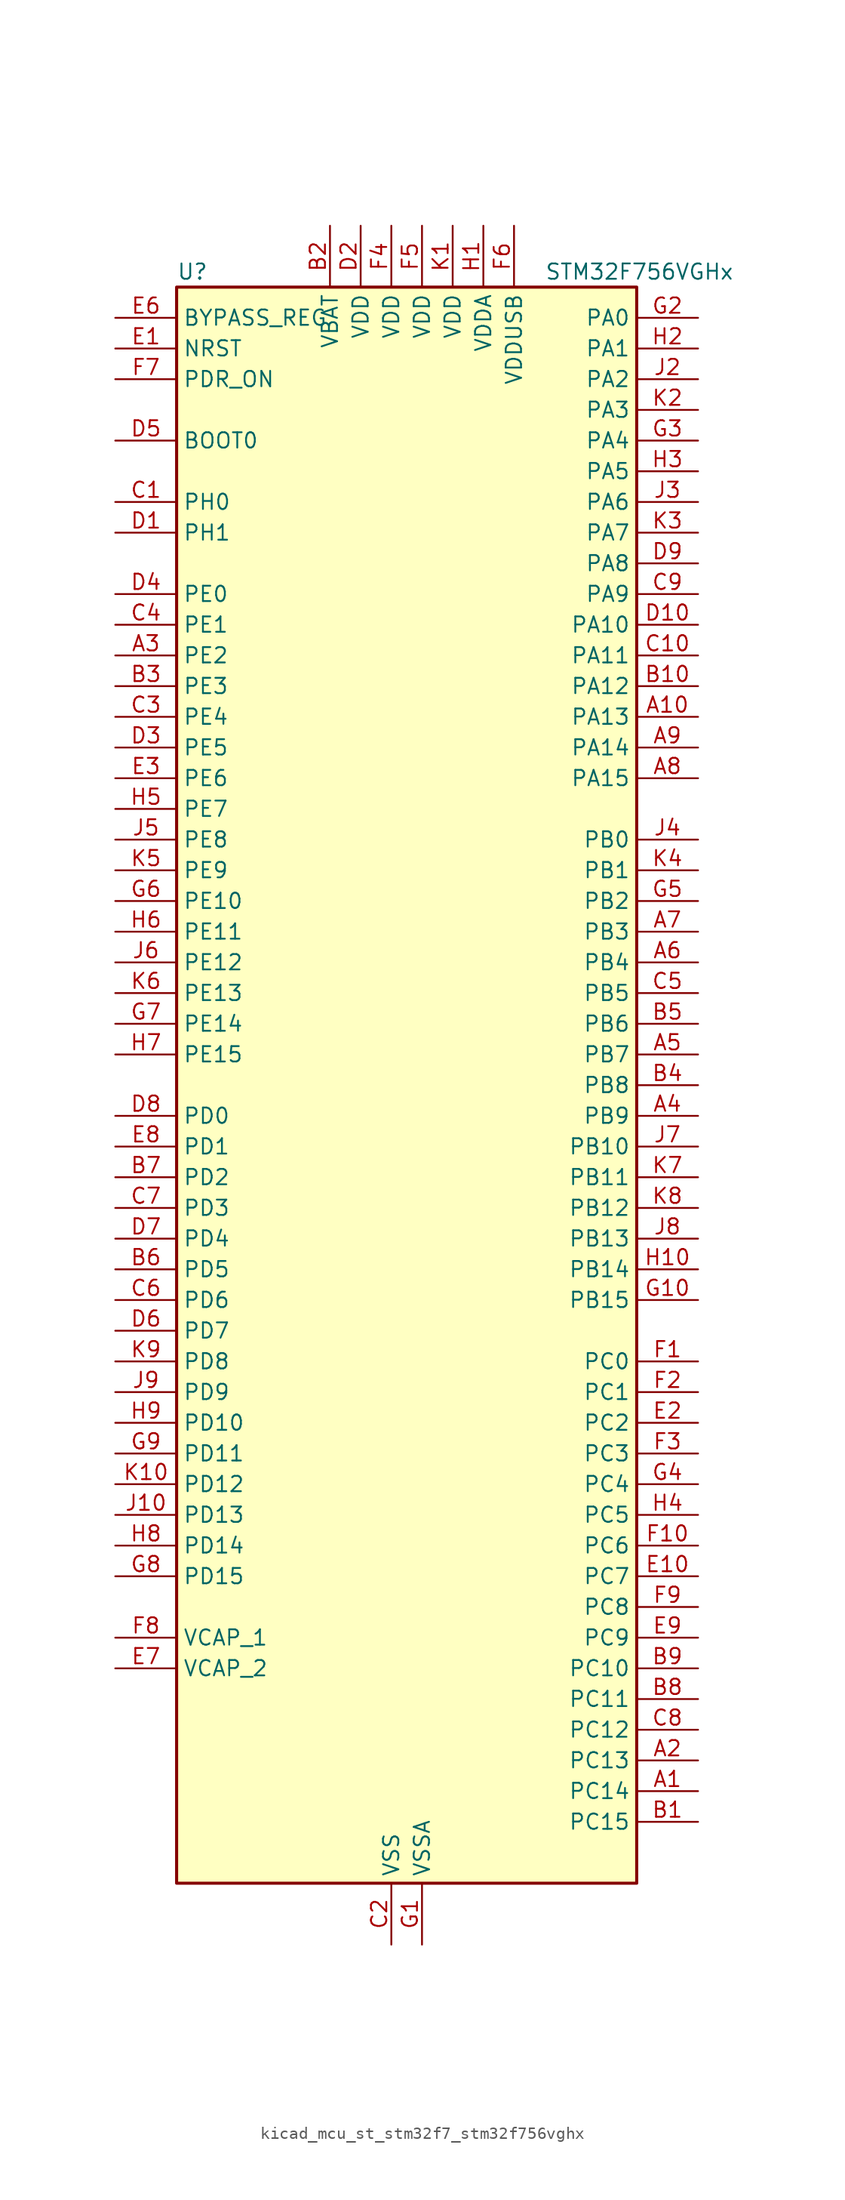
<source format=kicad_sym>
(kicad_symbol_lib
  (version 20220914)
  (generator kicad_symbol_editor)
  (symbol "kicad_mcu_st_stm32f7_stm32f756vghx"
    (property "Reference" "U"
      (at -17.78 67.31 0)
      (effects (font (size 1.27 1.27)) (justify left)))
    (property "Value" "STM32F756VGHx"
      (at 12.7 67.31 0)
      (effects (font (size 1.27 1.27)) (justify left)))
    (property "ki_locked" ""
      (at 0 0 0)
      (effects (font (size 1.27 1.27))))
    (symbol "kicad_mcu_st_stm32f7_stm32f756vghx_0_1"
      (rectangle (start -17.78 -66.04) (end 20.32 66.04) (stroke (width 0.254) (type default)) (fill (type background))))
    (symbol "kicad_mcu_st_stm32f7_stm32f756vghx_1_1"
      (pin bidirectional line (at 25.4 -58.42 180) (length 5.08) (name "PC14" (effects (font (size 1.27 1.27)))) (number "A1" (effects (font (size 1.27 1.27)))) (alternate "RCC_OSC32_IN" bidirectional line))
      (pin bidirectional line (at 25.4 30.48 180) (length 5.08) (name "PA13" (effects (font (size 1.27 1.27)))) (number "A10" (effects (font (size 1.27 1.27)))) (alternate "SYS_JTMS-SWDIO" bidirectional line))
      (pin bidirectional line (at 25.4 -55.88 180) (length 5.08) (name "PC13" (effects (font (size 1.27 1.27)))) (number "A2" (effects (font (size 1.27 1.27)))) (alternate "RTC_OUT" bidirectional line) (alternate "RTC_TAMP1" bidirectional line) (alternate "RTC_TS" bidirectional line) (alternate "SYS_WKUP4" bidirectional line))
      (pin bidirectional line (at -22.86 35.56 0) (length 5.08) (name "PE2" (effects (font (size 1.27 1.27)))) (number "A3" (effects (font (size 1.27 1.27)))) (alternate "ETH_TXD3" bidirectional line) (alternate "FMC_A23" bidirectional line) (alternate "QUADSPI_BK1_IO2" bidirectional line) (alternate "SAI1_MCLK_A" bidirectional line) (alternate "SPI4_SCK" bidirectional line) (alternate "SYS_TRACECLK" bidirectional line))
      (pin bidirectional line (at 25.4 -2.54 180) (length 5.08) (name "PB9" (effects (font (size 1.27 1.27)))) (number "A4" (effects (font (size 1.27 1.27)))) (alternate "CAN1_TX" bidirectional line) (alternate "DAC_EXTI9" bidirectional line) (alternate "DCMI_D7" bidirectional line) (alternate "I2C1_SDA" bidirectional line) (alternate "I2S2_WS" bidirectional line) (alternate "LTDC_B7" bidirectional line) (alternate "SDMMC1_D5" bidirectional line) (alternate "SPI2_NSS" bidirectional line) (alternate "TIM11_CH1" bidirectional line) (alternate "TIM4_CH4" bidirectional line))
      (pin bidirectional line (at 25.4 2.54 180) (length 5.08) (name "PB7" (effects (font (size 1.27 1.27)))) (number "A5" (effects (font (size 1.27 1.27)))) (alternate "DCMI_VSYNC" bidirectional line) (alternate "FMC_NL" bidirectional line) (alternate "I2C1_SDA" bidirectional line) (alternate "TIM4_CH2" bidirectional line) (alternate "USART1_RX" bidirectional line))
      (pin bidirectional line (at 25.4 10.16 180) (length 5.08) (name "PB4" (effects (font (size 1.27 1.27)))) (number "A6" (effects (font (size 1.27 1.27)))) (alternate "I2S2_WS" bidirectional line) (alternate "SPI1_MISO" bidirectional line) (alternate "SPI2_NSS" bidirectional line) (alternate "SPI3_MISO" bidirectional line) (alternate "SYS_JTRST" bidirectional line) (alternate "TIM3_CH1" bidirectional line))
      (pin bidirectional line (at 25.4 12.7 180) (length 5.08) (name "PB3" (effects (font (size 1.27 1.27)))) (number "A7" (effects (font (size 1.27 1.27)))) (alternate "I2S1_CK" bidirectional line) (alternate "I2S3_CK" bidirectional line) (alternate "SPI1_SCK" bidirectional line) (alternate "SPI3_SCK" bidirectional line) (alternate "SYS_JTDO-SWO" bidirectional line) (alternate "TIM2_CH2" bidirectional line))
      (pin bidirectional line (at 25.4 25.4 180) (length 5.08) (name "PA15" (effects (font (size 1.27 1.27)))) (number "A8" (effects (font (size 1.27 1.27)))) (alternate "CEC" bidirectional line) (alternate "I2S1_WS" bidirectional line) (alternate "I2S3_WS" bidirectional line) (alternate "SPI1_NSS" bidirectional line) (alternate "SPI3_NSS" bidirectional line) (alternate "SYS_JTDI" bidirectional line) (alternate "TIM2_CH1" bidirectional line) (alternate "TIM2_ETR" bidirectional line) (alternate "UART4_DE" bidirectional line) (alternate "UART4_RTS" bidirectional line))
      (pin bidirectional line (at 25.4 27.94 180) (length 5.08) (name "PA14" (effects (font (size 1.27 1.27)))) (number "A9" (effects (font (size 1.27 1.27)))) (alternate "SYS_JTCK-SWCLK" bidirectional line))
      (pin bidirectional line (at 25.4 -60.96 180) (length 5.08) (name "PC15" (effects (font (size 1.27 1.27)))) (number "B1" (effects (font (size 1.27 1.27)))) (alternate "RCC_OSC32_OUT" bidirectional line))
      (pin bidirectional line (at 25.4 33.02 180) (length 5.08) (name "PA12" (effects (font (size 1.27 1.27)))) (number "B10" (effects (font (size 1.27 1.27)))) (alternate "CAN1_TX" bidirectional line) (alternate "LTDC_R5" bidirectional line) (alternate "SAI2_FS_B" bidirectional line) (alternate "TIM1_ETR" bidirectional line) (alternate "USART1_DE" bidirectional line) (alternate "USART1_RTS" bidirectional line) (alternate "USB_OTG_FS_DP" bidirectional line))
      (pin power_in line (at -5.08 71.12 270) (length 5.08) (name "VBAT" (effects (font (size 1.27 1.27)))) (number "B2" (effects (font (size 1.27 1.27)))))
      (pin bidirectional line (at -22.86 33.02 0) (length 5.08) (name "PE3" (effects (font (size 1.27 1.27)))) (number "B3" (effects (font (size 1.27 1.27)))) (alternate "FMC_A19" bidirectional line) (alternate "SAI1_SD_B" bidirectional line) (alternate "SYS_TRACED0" bidirectional line))
      (pin bidirectional line (at 25.4 0 180) (length 5.08) (name "PB8" (effects (font (size 1.27 1.27)))) (number "B4" (effects (font (size 1.27 1.27)))) (alternate "CAN1_RX" bidirectional line) (alternate "DCMI_D6" bidirectional line) (alternate "ETH_TXD3" bidirectional line) (alternate "I2C1_SCL" bidirectional line) (alternate "LTDC_B6" bidirectional line) (alternate "SDMMC1_D4" bidirectional line) (alternate "TIM10_CH1" bidirectional line) (alternate "TIM4_CH3" bidirectional line))
      (pin bidirectional line (at 25.4 5.08 180) (length 5.08) (name "PB6" (effects (font (size 1.27 1.27)))) (number "B5" (effects (font (size 1.27 1.27)))) (alternate "CAN2_TX" bidirectional line) (alternate "CEC" bidirectional line) (alternate "DCMI_D5" bidirectional line) (alternate "FMC_SDNE1" bidirectional line) (alternate "I2C1_SCL" bidirectional line) (alternate "QUADSPI_BK1_NCS" bidirectional line) (alternate "TIM4_CH1" bidirectional line) (alternate "USART1_TX" bidirectional line))
      (pin bidirectional line (at -22.86 -15.24 0) (length 5.08) (name "PD5" (effects (font (size 1.27 1.27)))) (number "B6" (effects (font (size 1.27 1.27)))) (alternate "FMC_NWE" bidirectional line) (alternate "USART2_TX" bidirectional line))
      (pin bidirectional line (at -22.86 -7.62 0) (length 5.08) (name "PD2" (effects (font (size 1.27 1.27)))) (number "B7" (effects (font (size 1.27 1.27)))) (alternate "DCMI_D11" bidirectional line) (alternate "SDMMC1_CMD" bidirectional line) (alternate "SYS_TRACED2" bidirectional line) (alternate "TIM3_ETR" bidirectional line) (alternate "UART5_RX" bidirectional line))
      (pin bidirectional line (at 25.4 -50.8 180) (length 5.08) (name "PC11" (effects (font (size 1.27 1.27)))) (number "B8" (effects (font (size 1.27 1.27)))) (alternate "ADC1_EXTI11" bidirectional line) (alternate "ADC2_EXTI11" bidirectional line) (alternate "ADC3_EXTI11" bidirectional line) (alternate "DCMI_D4" bidirectional line) (alternate "QUADSPI_BK2_NCS" bidirectional line) (alternate "SDMMC1_D3" bidirectional line) (alternate "SPI3_MISO" bidirectional line) (alternate "UART4_RX" bidirectional line) (alternate "USART3_RX" bidirectional line))
      (pin bidirectional line (at 25.4 -48.26 180) (length 5.08) (name "PC10" (effects (font (size 1.27 1.27)))) (number "B9" (effects (font (size 1.27 1.27)))) (alternate "DCMI_D8" bidirectional line) (alternate "I2S3_CK" bidirectional line) (alternate "LTDC_R2" bidirectional line) (alternate "QUADSPI_BK1_IO1" bidirectional line) (alternate "SDMMC1_D2" bidirectional line) (alternate "SPI3_SCK" bidirectional line) (alternate "UART4_TX" bidirectional line) (alternate "USART3_TX" bidirectional line))
      (pin bidirectional line (at -22.86 48.26 0) (length 5.08) (name "PH0" (effects (font (size 1.27 1.27)))) (number "C1" (effects (font (size 1.27 1.27)))) (alternate "RCC_OSC_IN" bidirectional line))
      (pin bidirectional line (at 25.4 35.56 180) (length 5.08) (name "PA11" (effects (font (size 1.27 1.27)))) (number "C10" (effects (font (size 1.27 1.27)))) (alternate "ADC1_EXTI11" bidirectional line) (alternate "ADC2_EXTI11" bidirectional line) (alternate "ADC3_EXTI11" bidirectional line) (alternate "CAN1_RX" bidirectional line) (alternate "LTDC_R4" bidirectional line) (alternate "TIM1_CH4" bidirectional line) (alternate "USART1_CTS" bidirectional line) (alternate "USB_OTG_FS_DM" bidirectional line))
      (pin power_in line (at 0 -71.12 90) (length 5.08) (name "VSS" (effects (font (size 1.27 1.27)))) (number "C2" (effects (font (size 1.27 1.27)))))
      (pin bidirectional line (at -22.86 30.48 0) (length 5.08) (name "PE4" (effects (font (size 1.27 1.27)))) (number "C3" (effects (font (size 1.27 1.27)))) (alternate "DCMI_D4" bidirectional line) (alternate "FMC_A20" bidirectional line) (alternate "LTDC_B0" bidirectional line) (alternate "SAI1_FS_A" bidirectional line) (alternate "SPI4_NSS" bidirectional line) (alternate "SYS_TRACED1" bidirectional line))
      (pin bidirectional line (at -22.86 38.1 0) (length 5.08) (name "PE1" (effects (font (size 1.27 1.27)))) (number "C4" (effects (font (size 1.27 1.27)))) (alternate "DCMI_D3" bidirectional line) (alternate "FMC_NBL1" bidirectional line) (alternate "LPTIM1_IN2" bidirectional line) (alternate "UART8_TX" bidirectional line))
      (pin bidirectional line (at 25.4 7.62 180) (length 5.08) (name "PB5" (effects (font (size 1.27 1.27)))) (number "C5" (effects (font (size 1.27 1.27)))) (alternate "CAN2_RX" bidirectional line) (alternate "DCMI_D10" bidirectional line) (alternate "ETH_PPS_OUT" bidirectional line) (alternate "FMC_SDCKE1" bidirectional line) (alternate "I2C1_SMBA" bidirectional line) (alternate "I2S1_SD" bidirectional line) (alternate "I2S3_SD" bidirectional line) (alternate "SPI1_MOSI" bidirectional line) (alternate "SPI3_MOSI" bidirectional line) (alternate "TIM3_CH2" bidirectional line) (alternate "USB_OTG_HS_ULPI_D7" bidirectional line))
      (pin bidirectional line (at -22.86 -17.78 0) (length 5.08) (name "PD6" (effects (font (size 1.27 1.27)))) (number "C6" (effects (font (size 1.27 1.27)))) (alternate "DCMI_D10" bidirectional line) (alternate "FMC_NWAIT" bidirectional line) (alternate "I2S3_SD" bidirectional line) (alternate "LTDC_B2" bidirectional line) (alternate "SAI1_SD_A" bidirectional line) (alternate "SPI3_MOSI" bidirectional line) (alternate "USART2_RX" bidirectional line))
      (pin bidirectional line (at -22.86 -10.16 0) (length 5.08) (name "PD3" (effects (font (size 1.27 1.27)))) (number "C7" (effects (font (size 1.27 1.27)))) (alternate "DCMI_D5" bidirectional line) (alternate "FMC_CLK" bidirectional line) (alternate "I2S2_CK" bidirectional line) (alternate "LTDC_G7" bidirectional line) (alternate "SPI2_SCK" bidirectional line) (alternate "USART2_CTS" bidirectional line))
      (pin bidirectional line (at 25.4 -53.34 180) (length 5.08) (name "PC12" (effects (font (size 1.27 1.27)))) (number "C8" (effects (font (size 1.27 1.27)))) (alternate "DCMI_D9" bidirectional line) (alternate "I2S3_SD" bidirectional line) (alternate "SDMMC1_CK" bidirectional line) (alternate "SPI3_MOSI" bidirectional line) (alternate "SYS_TRACED3" bidirectional line) (alternate "UART5_TX" bidirectional line) (alternate "USART3_CK" bidirectional line))
      (pin bidirectional line (at 25.4 40.64 180) (length 5.08) (name "PA9" (effects (font (size 1.27 1.27)))) (number "C9" (effects (font (size 1.27 1.27)))) (alternate "DAC_EXTI9" bidirectional line) (alternate "DCMI_D0" bidirectional line) (alternate "I2C3_SMBA" bidirectional line) (alternate "I2S2_CK" bidirectional line) (alternate "SPI2_SCK" bidirectional line) (alternate "TIM1_CH2" bidirectional line) (alternate "USART1_TX" bidirectional line) (alternate "USB_OTG_FS_VBUS" bidirectional line))
      (pin bidirectional line (at -22.86 45.72 0) (length 5.08) (name "PH1" (effects (font (size 1.27 1.27)))) (number "D1" (effects (font (size 1.27 1.27)))) (alternate "RCC_OSC_OUT" bidirectional line))
      (pin bidirectional line (at 25.4 38.1 180) (length 5.08) (name "PA10" (effects (font (size 1.27 1.27)))) (number "D10" (effects (font (size 1.27 1.27)))) (alternate "DCMI_D1" bidirectional line) (alternate "TIM1_CH3" bidirectional line) (alternate "USART1_RX" bidirectional line) (alternate "USB_OTG_FS_ID" bidirectional line))
      (pin power_in line (at -2.54 71.12 270) (length 5.08) (name "VDD" (effects (font (size 1.27 1.27)))) (number "D2" (effects (font (size 1.27 1.27)))))
      (pin bidirectional line (at -22.86 27.94 0) (length 5.08) (name "PE5" (effects (font (size 1.27 1.27)))) (number "D3" (effects (font (size 1.27 1.27)))) (alternate "DCMI_D6" bidirectional line) (alternate "FMC_A21" bidirectional line) (alternate "LTDC_G0" bidirectional line) (alternate "SAI1_SCK_A" bidirectional line) (alternate "SPI4_MISO" bidirectional line) (alternate "SYS_TRACED2" bidirectional line) (alternate "TIM9_CH1" bidirectional line))
      (pin bidirectional line (at -22.86 40.64 0) (length 5.08) (name "PE0" (effects (font (size 1.27 1.27)))) (number "D4" (effects (font (size 1.27 1.27)))) (alternate "DCMI_D2" bidirectional line) (alternate "FMC_NBL0" bidirectional line) (alternate "LPTIM1_ETR" bidirectional line) (alternate "SAI2_MCLK_A" bidirectional line) (alternate "TIM4_ETR" bidirectional line) (alternate "UART8_RX" bidirectional line))
      (pin input line (at -22.86 53.34 0) (length 5.08) (name "BOOT0" (effects (font (size 1.27 1.27)))) (number "D5" (effects (font (size 1.27 1.27)))))
      (pin bidirectional line (at -22.86 -20.32 0) (length 5.08) (name "PD7" (effects (font (size 1.27 1.27)))) (number "D6" (effects (font (size 1.27 1.27)))) (alternate "FMC_NE1" bidirectional line) (alternate "SPDIFRX_IN0" bidirectional line) (alternate "USART2_CK" bidirectional line))
      (pin bidirectional line (at -22.86 -12.7 0) (length 5.08) (name "PD4" (effects (font (size 1.27 1.27)))) (number "D7" (effects (font (size 1.27 1.27)))) (alternate "FMC_NOE" bidirectional line) (alternate "USART2_DE" bidirectional line) (alternate "USART2_RTS" bidirectional line))
      (pin bidirectional line (at -22.86 -2.54 0) (length 5.08) (name "PD0" (effects (font (size 1.27 1.27)))) (number "D8" (effects (font (size 1.27 1.27)))) (alternate "CAN1_RX" bidirectional line) (alternate "FMC_D2" bidirectional line) (alternate "FMC_DA2" bidirectional line))
      (pin bidirectional line (at 25.4 43.18 180) (length 5.08) (name "PA8" (effects (font (size 1.27 1.27)))) (number "D9" (effects (font (size 1.27 1.27)))) (alternate "I2C3_SCL" bidirectional line) (alternate "LTDC_R6" bidirectional line) (alternate "RCC_MCO_1" bidirectional line) (alternate "TIM1_CH1" bidirectional line) (alternate "TIM8_BKIN2" bidirectional line) (alternate "USART1_CK" bidirectional line) (alternate "USB_OTG_FS_SOF" bidirectional line))
      (pin input line (at -22.86 60.96 0) (length 5.08) (name "NRST" (effects (font (size 1.27 1.27)))) (number "E1" (effects (font (size 1.27 1.27)))))
      (pin bidirectional line (at 25.4 -40.64 180) (length 5.08) (name "PC7" (effects (font (size 1.27 1.27)))) (number "E10" (effects (font (size 1.27 1.27)))) (alternate "DCMI_D1" bidirectional line) (alternate "I2S3_MCK" bidirectional line) (alternate "LTDC_G6" bidirectional line) (alternate "SDMMC1_D7" bidirectional line) (alternate "TIM3_CH2" bidirectional line) (alternate "TIM8_CH2" bidirectional line) (alternate "USART6_RX" bidirectional line))
      (pin bidirectional line (at 25.4 -27.94 180) (length 5.08) (name "PC2" (effects (font (size 1.27 1.27)))) (number "E2" (effects (font (size 1.27 1.27)))) (alternate "ADC1_IN12" bidirectional line) (alternate "ADC2_IN12" bidirectional line) (alternate "ADC3_IN12" bidirectional line) (alternate "ETH_TXD2" bidirectional line) (alternate "FMC_SDNE0" bidirectional line) (alternate "SPI2_MISO" bidirectional line) (alternate "USB_OTG_HS_ULPI_DIR" bidirectional line))
      (pin bidirectional line (at -22.86 25.4 0) (length 5.08) (name "PE6" (effects (font (size 1.27 1.27)))) (number "E3" (effects (font (size 1.27 1.27)))) (alternate "DCMI_D7" bidirectional line) (alternate "FMC_A22" bidirectional line) (alternate "LTDC_G1" bidirectional line) (alternate "SAI1_SD_A" bidirectional line) (alternate "SAI2_MCLK_B" bidirectional line) (alternate "SPI4_MOSI" bidirectional line) (alternate "SYS_TRACED3" bidirectional line) (alternate "TIM1_BKIN2" bidirectional line) (alternate "TIM9_CH2" bidirectional line))
      (pin passive line (at 0 -71.12 90) (length 5.08) hide (name "VSS" (effects (font (size 1.27 1.27)))) (number "E4" (effects (font (size 1.27 1.27)))))
      (pin passive line (at 0 -71.12 90) (length 5.08) hide (name "VSS" (effects (font (size 1.27 1.27)))) (number "E5" (effects (font (size 1.27 1.27)))))
      (pin input line (at -22.86 63.5 0) (length 5.08) (name "BYPASS_REG" (effects (font (size 1.27 1.27)))) (number "E6" (effects (font (size 1.27 1.27)))))
      (pin power_out line (at -22.86 -48.26 0) (length 5.08) (name "VCAP_2" (effects (font (size 1.27 1.27)))) (number "E7" (effects (font (size 1.27 1.27)))))
      (pin bidirectional line (at -22.86 -5.08 0) (length 5.08) (name "PD1" (effects (font (size 1.27 1.27)))) (number "E8" (effects (font (size 1.27 1.27)))) (alternate "CAN1_TX" bidirectional line) (alternate "FMC_D3" bidirectional line) (alternate "FMC_DA3" bidirectional line))
      (pin bidirectional line (at 25.4 -45.72 180) (length 5.08) (name "PC9" (effects (font (size 1.27 1.27)))) (number "E9" (effects (font (size 1.27 1.27)))) (alternate "DAC_EXTI9" bidirectional line) (alternate "DCMI_D3" bidirectional line) (alternate "I2C3_SDA" bidirectional line) (alternate "I2S_CKIN" bidirectional line) (alternate "QUADSPI_BK1_IO0" bidirectional line) (alternate "RCC_MCO_2" bidirectional line) (alternate "SDMMC1_D1" bidirectional line) (alternate "TIM3_CH4" bidirectional line) (alternate "TIM8_CH4" bidirectional line) (alternate "UART5_CTS" bidirectional line))
      (pin bidirectional line (at 25.4 -22.86 180) (length 5.08) (name "PC0" (effects (font (size 1.27 1.27)))) (number "F1" (effects (font (size 1.27 1.27)))) (alternate "ADC1_IN10" bidirectional line) (alternate "ADC2_IN10" bidirectional line) (alternate "ADC3_IN10" bidirectional line) (alternate "FMC_SDNWE" bidirectional line) (alternate "LTDC_R5" bidirectional line) (alternate "SAI2_FS_B" bidirectional line) (alternate "USB_OTG_HS_ULPI_STP" bidirectional line))
      (pin bidirectional line (at 25.4 -38.1 180) (length 5.08) (name "PC6" (effects (font (size 1.27 1.27)))) (number "F10" (effects (font (size 1.27 1.27)))) (alternate "DCMI_D0" bidirectional line) (alternate "I2S2_MCK" bidirectional line) (alternate "LTDC_HSYNC" bidirectional line) (alternate "SDMMC1_D6" bidirectional line) (alternate "TIM3_CH1" bidirectional line) (alternate "TIM8_CH1" bidirectional line) (alternate "USART6_TX" bidirectional line))
      (pin bidirectional line (at 25.4 -25.4 180) (length 5.08) (name "PC1" (effects (font (size 1.27 1.27)))) (number "F2" (effects (font (size 1.27 1.27)))) (alternate "ADC1_IN11" bidirectional line) (alternate "ADC2_IN11" bidirectional line) (alternate "ADC3_IN11" bidirectional line) (alternate "ETH_MDC" bidirectional line) (alternate "I2S2_SD" bidirectional line) (alternate "RTC_TAMP3" bidirectional line) (alternate "RTC_TS" bidirectional line) (alternate "SAI1_SD_A" bidirectional line) (alternate "SPI2_MOSI" bidirectional line) (alternate "SYS_TRACED0" bidirectional line) (alternate "SYS_WKUP3" bidirectional line))
      (pin bidirectional line (at 25.4 -30.48 180) (length 5.08) (name "PC3" (effects (font (size 1.27 1.27)))) (number "F3" (effects (font (size 1.27 1.27)))) (alternate "ADC1_IN13" bidirectional line) (alternate "ADC2_IN13" bidirectional line) (alternate "ADC3_IN13" bidirectional line) (alternate "ETH_TX_CLK" bidirectional line) (alternate "FMC_SDCKE0" bidirectional line) (alternate "I2S2_SD" bidirectional line) (alternate "SPI2_MOSI" bidirectional line) (alternate "USB_OTG_HS_ULPI_NXT" bidirectional line))
      (pin power_in line (at 0 71.12 270) (length 5.08) (name "VDD" (effects (font (size 1.27 1.27)))) (number "F4" (effects (font (size 1.27 1.27)))))
      (pin power_in line (at 2.54 71.12 270) (length 5.08) (name "VDD" (effects (font (size 1.27 1.27)))) (number "F5" (effects (font (size 1.27 1.27)))))
      (pin power_in line (at 10.16 71.12 270) (length 5.08) (name "VDDUSB" (effects (font (size 1.27 1.27)))) (number "F6" (effects (font (size 1.27 1.27)))))
      (pin input line (at -22.86 58.42 0) (length 5.08) (name "PDR_ON" (effects (font (size 1.27 1.27)))) (number "F7" (effects (font (size 1.27 1.27)))))
      (pin power_out line (at -22.86 -45.72 0) (length 5.08) (name "VCAP_1" (effects (font (size 1.27 1.27)))) (number "F8" (effects (font (size 1.27 1.27)))))
      (pin bidirectional line (at 25.4 -43.18 180) (length 5.08) (name "PC8" (effects (font (size 1.27 1.27)))) (number "F9" (effects (font (size 1.27 1.27)))) (alternate "DCMI_D2" bidirectional line) (alternate "SDMMC1_D0" bidirectional line) (alternate "SYS_TRACED1" bidirectional line) (alternate "TIM3_CH3" bidirectional line) (alternate "TIM8_CH3" bidirectional line) (alternate "UART5_DE" bidirectional line) (alternate "UART5_RTS" bidirectional line) (alternate "USART6_CK" bidirectional line))
      (pin power_in line (at 2.54 -71.12 90) (length 5.08) (name "VSSA" (effects (font (size 1.27 1.27)))) (number "G1" (effects (font (size 1.27 1.27)))))
      (pin bidirectional line (at 25.4 -17.78 180) (length 5.08) (name "PB15" (effects (font (size 1.27 1.27)))) (number "G10" (effects (font (size 1.27 1.27)))) (alternate "I2S2_SD" bidirectional line) (alternate "RTC_REFIN" bidirectional line) (alternate "SPI2_MOSI" bidirectional line) (alternate "TIM12_CH2" bidirectional line) (alternate "TIM1_CH3N" bidirectional line) (alternate "TIM8_CH3N" bidirectional line) (alternate "USB_OTG_HS_DP" bidirectional line))
      (pin bidirectional line (at 25.4 63.5 180) (length 5.08) (name "PA0" (effects (font (size 1.27 1.27)))) (number "G2" (effects (font (size 1.27 1.27)))) (alternate "ADC1_IN0" bidirectional line) (alternate "ADC2_IN0" bidirectional line) (alternate "ADC3_IN0" bidirectional line) (alternate "ETH_CRS" bidirectional line) (alternate "SAI2_SD_B" bidirectional line) (alternate "SYS_WKUP1" bidirectional line) (alternate "TIM2_CH1" bidirectional line) (alternate "TIM2_ETR" bidirectional line) (alternate "TIM5_CH1" bidirectional line) (alternate "TIM8_ETR" bidirectional line) (alternate "UART4_TX" bidirectional line) (alternate "USART2_CTS" bidirectional line))
      (pin bidirectional line (at 25.4 53.34 180) (length 5.08) (name "PA4" (effects (font (size 1.27 1.27)))) (number "G3" (effects (font (size 1.27 1.27)))) (alternate "ADC1_IN4" bidirectional line) (alternate "ADC2_IN4" bidirectional line) (alternate "DAC_OUT1" bidirectional line) (alternate "DCMI_HSYNC" bidirectional line) (alternate "I2S1_WS" bidirectional line) (alternate "I2S3_WS" bidirectional line) (alternate "LTDC_VSYNC" bidirectional line) (alternate "SPI1_NSS" bidirectional line) (alternate "SPI3_NSS" bidirectional line) (alternate "USART2_CK" bidirectional line) (alternate "USB_OTG_HS_SOF" bidirectional line))
      (pin bidirectional line (at 25.4 -33.02 180) (length 5.08) (name "PC4" (effects (font (size 1.27 1.27)))) (number "G4" (effects (font (size 1.27 1.27)))) (alternate "ADC1_IN14" bidirectional line) (alternate "ADC2_IN14" bidirectional line) (alternate "ETH_RXD0" bidirectional line) (alternate "FMC_SDNE0" bidirectional line) (alternate "I2S1_MCK" bidirectional line) (alternate "SPDIFRX_IN2" bidirectional line))
      (pin bidirectional line (at 25.4 15.24 180) (length 5.08) (name "PB2" (effects (font (size 1.27 1.27)))) (number "G5" (effects (font (size 1.27 1.27)))) (alternate "I2S3_SD" bidirectional line) (alternate "QUADSPI_CLK" bidirectional line) (alternate "SAI1_SD_A" bidirectional line) (alternate "SPI3_MOSI" bidirectional line))
      (pin bidirectional line (at -22.86 15.24 0) (length 5.08) (name "PE10" (effects (font (size 1.27 1.27)))) (number "G6" (effects (font (size 1.27 1.27)))) (alternate "FMC_D7" bidirectional line) (alternate "FMC_DA7" bidirectional line) (alternate "QUADSPI_BK2_IO3" bidirectional line) (alternate "TIM1_CH2N" bidirectional line) (alternate "UART7_CTS" bidirectional line))
      (pin bidirectional line (at -22.86 5.08 0) (length 5.08) (name "PE14" (effects (font (size 1.27 1.27)))) (number "G7" (effects (font (size 1.27 1.27)))) (alternate "FMC_D11" bidirectional line) (alternate "FMC_DA11" bidirectional line) (alternate "LTDC_CLK" bidirectional line) (alternate "SAI2_MCLK_B" bidirectional line) (alternate "SPI4_MOSI" bidirectional line) (alternate "TIM1_CH4" bidirectional line))
      (pin bidirectional line (at -22.86 -40.64 0) (length 5.08) (name "PD15" (effects (font (size 1.27 1.27)))) (number "G8" (effects (font (size 1.27 1.27)))) (alternate "FMC_D1" bidirectional line) (alternate "FMC_DA1" bidirectional line) (alternate "TIM4_CH4" bidirectional line) (alternate "UART8_DE" bidirectional line) (alternate "UART8_RTS" bidirectional line))
      (pin bidirectional line (at -22.86 -30.48 0) (length 5.08) (name "PD11" (effects (font (size 1.27 1.27)))) (number "G9" (effects (font (size 1.27 1.27)))) (alternate "ADC1_EXTI11" bidirectional line) (alternate "ADC2_EXTI11" bidirectional line) (alternate "ADC3_EXTI11" bidirectional line) (alternate "FMC_A16" bidirectional line) (alternate "FMC_CLE" bidirectional line) (alternate "I2C4_SMBA" bidirectional line) (alternate "QUADSPI_BK1_IO0" bidirectional line) (alternate "SAI2_SD_A" bidirectional line) (alternate "USART3_CTS" bidirectional line))
      (pin power_in line (at 7.62 71.12 270) (length 5.08) (name "VDDA" (effects (font (size 1.27 1.27)))) (number "H1" (effects (font (size 1.27 1.27)))))
      (pin bidirectional line (at 25.4 -15.24 180) (length 5.08) (name "PB14" (effects (font (size 1.27 1.27)))) (number "H10" (effects (font (size 1.27 1.27)))) (alternate "SPI2_MISO" bidirectional line) (alternate "TIM12_CH1" bidirectional line) (alternate "TIM1_CH2N" bidirectional line) (alternate "TIM8_CH2N" bidirectional line) (alternate "USART3_DE" bidirectional line) (alternate "USART3_RTS" bidirectional line) (alternate "USB_OTG_HS_DM" bidirectional line))
      (pin bidirectional line (at 25.4 60.96 180) (length 5.08) (name "PA1" (effects (font (size 1.27 1.27)))) (number "H2" (effects (font (size 1.27 1.27)))) (alternate "ADC1_IN1" bidirectional line) (alternate "ADC2_IN1" bidirectional line) (alternate "ADC3_IN1" bidirectional line) (alternate "ETH_REF_CLK" bidirectional line) (alternate "ETH_RX_CLK" bidirectional line) (alternate "LTDC_R2" bidirectional line) (alternate "QUADSPI_BK1_IO3" bidirectional line) (alternate "SAI2_MCLK_B" bidirectional line) (alternate "TIM2_CH2" bidirectional line) (alternate "TIM5_CH2" bidirectional line) (alternate "UART4_RX" bidirectional line) (alternate "USART2_DE" bidirectional line) (alternate "USART2_RTS" bidirectional line))
      (pin bidirectional line (at 25.4 50.8 180) (length 5.08) (name "PA5" (effects (font (size 1.27 1.27)))) (number "H3" (effects (font (size 1.27 1.27)))) (alternate "ADC1_IN5" bidirectional line) (alternate "ADC2_IN5" bidirectional line) (alternate "DAC_OUT2" bidirectional line) (alternate "I2S1_CK" bidirectional line) (alternate "LTDC_R4" bidirectional line) (alternate "SPI1_SCK" bidirectional line) (alternate "TIM2_CH1" bidirectional line) (alternate "TIM2_ETR" bidirectional line) (alternate "TIM8_CH1N" bidirectional line) (alternate "USB_OTG_HS_ULPI_CK" bidirectional line))
      (pin bidirectional line (at 25.4 -35.56 180) (length 5.08) (name "PC5" (effects (font (size 1.27 1.27)))) (number "H4" (effects (font (size 1.27 1.27)))) (alternate "ADC1_IN15" bidirectional line) (alternate "ADC2_IN15" bidirectional line) (alternate "ETH_RXD1" bidirectional line) (alternate "FMC_SDCKE0" bidirectional line) (alternate "SPDIFRX_IN3" bidirectional line))
      (pin bidirectional line (at -22.86 22.86 0) (length 5.08) (name "PE7" (effects (font (size 1.27 1.27)))) (number "H5" (effects (font (size 1.27 1.27)))) (alternate "FMC_D4" bidirectional line) (alternate "FMC_DA4" bidirectional line) (alternate "QUADSPI_BK2_IO0" bidirectional line) (alternate "TIM1_ETR" bidirectional line) (alternate "UART7_RX" bidirectional line))
      (pin bidirectional line (at -22.86 12.7 0) (length 5.08) (name "PE11" (effects (font (size 1.27 1.27)))) (number "H6" (effects (font (size 1.27 1.27)))) (alternate "ADC1_EXTI11" bidirectional line) (alternate "ADC2_EXTI11" bidirectional line) (alternate "ADC3_EXTI11" bidirectional line) (alternate "FMC_D8" bidirectional line) (alternate "FMC_DA8" bidirectional line) (alternate "LTDC_G3" bidirectional line) (alternate "SAI2_SD_B" bidirectional line) (alternate "SPI4_NSS" bidirectional line) (alternate "TIM1_CH2" bidirectional line))
      (pin bidirectional line (at -22.86 2.54 0) (length 5.08) (name "PE15" (effects (font (size 1.27 1.27)))) (number "H7" (effects (font (size 1.27 1.27)))) (alternate "FMC_D12" bidirectional line) (alternate "FMC_DA12" bidirectional line) (alternate "LTDC_R7" bidirectional line) (alternate "TIM1_BKIN" bidirectional line))
      (pin bidirectional line (at -22.86 -38.1 0) (length 5.08) (name "PD14" (effects (font (size 1.27 1.27)))) (number "H8" (effects (font (size 1.27 1.27)))) (alternate "FMC_D0" bidirectional line) (alternate "FMC_DA0" bidirectional line) (alternate "TIM4_CH3" bidirectional line) (alternate "UART8_CTS" bidirectional line))
      (pin bidirectional line (at -22.86 -27.94 0) (length 5.08) (name "PD10" (effects (font (size 1.27 1.27)))) (number "H9" (effects (font (size 1.27 1.27)))) (alternate "FMC_D15" bidirectional line) (alternate "FMC_DA15" bidirectional line) (alternate "LTDC_B3" bidirectional line) (alternate "USART3_CK" bidirectional line))
      (pin passive line (at 0 -71.12 90) (length 5.08) hide (name "VSS" (effects (font (size 1.27 1.27)))) (number "J1" (effects (font (size 1.27 1.27)))))
      (pin bidirectional line (at -22.86 -35.56 0) (length 5.08) (name "PD13" (effects (font (size 1.27 1.27)))) (number "J10" (effects (font (size 1.27 1.27)))) (alternate "FMC_A18" bidirectional line) (alternate "I2C4_SDA" bidirectional line) (alternate "LPTIM1_OUT" bidirectional line) (alternate "QUADSPI_BK1_IO3" bidirectional line) (alternate "SAI2_SCK_A" bidirectional line) (alternate "TIM4_CH2" bidirectional line))
      (pin bidirectional line (at 25.4 58.42 180) (length 5.08) (name "PA2" (effects (font (size 1.27 1.27)))) (number "J2" (effects (font (size 1.27 1.27)))) (alternate "ADC1_IN2" bidirectional line) (alternate "ADC2_IN2" bidirectional line) (alternate "ADC3_IN2" bidirectional line) (alternate "ETH_MDIO" bidirectional line) (alternate "LTDC_R1" bidirectional line) (alternate "SAI2_SCK_B" bidirectional line) (alternate "SYS_WKUP2" bidirectional line) (alternate "TIM2_CH3" bidirectional line) (alternate "TIM5_CH3" bidirectional line) (alternate "TIM9_CH1" bidirectional line) (alternate "USART2_TX" bidirectional line))
      (pin bidirectional line (at 25.4 48.26 180) (length 5.08) (name "PA6" (effects (font (size 1.27 1.27)))) (number "J3" (effects (font (size 1.27 1.27)))) (alternate "ADC1_IN6" bidirectional line) (alternate "ADC2_IN6" bidirectional line) (alternate "DCMI_PIXCLK" bidirectional line) (alternate "LTDC_G2" bidirectional line) (alternate "SPI1_MISO" bidirectional line) (alternate "TIM13_CH1" bidirectional line) (alternate "TIM1_BKIN" bidirectional line) (alternate "TIM3_CH1" bidirectional line) (alternate "TIM8_BKIN" bidirectional line))
      (pin bidirectional line (at 25.4 20.32 180) (length 5.08) (name "PB0" (effects (font (size 1.27 1.27)))) (number "J4" (effects (font (size 1.27 1.27)))) (alternate "ADC1_IN8" bidirectional line) (alternate "ADC2_IN8" bidirectional line) (alternate "ETH_RXD2" bidirectional line) (alternate "LTDC_R3" bidirectional line) (alternate "TIM1_CH2N" bidirectional line) (alternate "TIM3_CH3" bidirectional line) (alternate "TIM8_CH2N" bidirectional line) (alternate "UART4_CTS" bidirectional line) (alternate "USB_OTG_HS_ULPI_D1" bidirectional line))
      (pin bidirectional line (at -22.86 20.32 0) (length 5.08) (name "PE8" (effects (font (size 1.27 1.27)))) (number "J5" (effects (font (size 1.27 1.27)))) (alternate "FMC_D5" bidirectional line) (alternate "FMC_DA5" bidirectional line) (alternate "QUADSPI_BK2_IO1" bidirectional line) (alternate "TIM1_CH1N" bidirectional line) (alternate "UART7_TX" bidirectional line))
      (pin bidirectional line (at -22.86 10.16 0) (length 5.08) (name "PE12" (effects (font (size 1.27 1.27)))) (number "J6" (effects (font (size 1.27 1.27)))) (alternate "FMC_D9" bidirectional line) (alternate "FMC_DA9" bidirectional line) (alternate "LTDC_B4" bidirectional line) (alternate "SAI2_SCK_B" bidirectional line) (alternate "SPI4_SCK" bidirectional line) (alternate "TIM1_CH3N" bidirectional line))
      (pin bidirectional line (at 25.4 -5.08 180) (length 5.08) (name "PB10" (effects (font (size 1.27 1.27)))) (number "J7" (effects (font (size 1.27 1.27)))) (alternate "ETH_RX_ER" bidirectional line) (alternate "I2C2_SCL" bidirectional line) (alternate "I2S2_CK" bidirectional line) (alternate "LTDC_G4" bidirectional line) (alternate "SPI2_SCK" bidirectional line) (alternate "TIM2_CH3" bidirectional line) (alternate "USART3_TX" bidirectional line) (alternate "USB_OTG_HS_ULPI_D3" bidirectional line))
      (pin bidirectional line (at 25.4 -12.7 180) (length 5.08) (name "PB13" (effects (font (size 1.27 1.27)))) (number "J8" (effects (font (size 1.27 1.27)))) (alternate "CAN2_TX" bidirectional line) (alternate "ETH_TXD1" bidirectional line) (alternate "I2S2_CK" bidirectional line) (alternate "SPI2_SCK" bidirectional line) (alternate "TIM1_CH1N" bidirectional line) (alternate "USART3_CTS" bidirectional line) (alternate "USB_OTG_HS_ULPI_D6" bidirectional line) (alternate "USB_OTG_HS_VBUS" bidirectional line))
      (pin bidirectional line (at -22.86 -25.4 0) (length 5.08) (name "PD9" (effects (font (size 1.27 1.27)))) (number "J9" (effects (font (size 1.27 1.27)))) (alternate "DAC_EXTI9" bidirectional line) (alternate "FMC_D14" bidirectional line) (alternate "FMC_DA14" bidirectional line) (alternate "USART3_RX" bidirectional line))
      (pin power_in line (at 5.08 71.12 270) (length 5.08) (name "VDD" (effects (font (size 1.27 1.27)))) (number "K1" (effects (font (size 1.27 1.27)))))
      (pin bidirectional line (at -22.86 -33.02 0) (length 5.08) (name "PD12" (effects (font (size 1.27 1.27)))) (number "K10" (effects (font (size 1.27 1.27)))) (alternate "FMC_A17" bidirectional line) (alternate "FMC_ALE" bidirectional line) (alternate "I2C4_SCL" bidirectional line) (alternate "LPTIM1_IN1" bidirectional line) (alternate "QUADSPI_BK1_IO1" bidirectional line) (alternate "SAI2_FS_A" bidirectional line) (alternate "TIM4_CH1" bidirectional line) (alternate "USART3_DE" bidirectional line) (alternate "USART3_RTS" bidirectional line))
      (pin bidirectional line (at 25.4 55.88 180) (length 5.08) (name "PA3" (effects (font (size 1.27 1.27)))) (number "K2" (effects (font (size 1.27 1.27)))) (alternate "ADC1_IN3" bidirectional line) (alternate "ADC2_IN3" bidirectional line) (alternate "ADC3_IN3" bidirectional line) (alternate "ETH_COL" bidirectional line) (alternate "LTDC_B5" bidirectional line) (alternate "TIM2_CH4" bidirectional line) (alternate "TIM5_CH4" bidirectional line) (alternate "TIM9_CH2" bidirectional line) (alternate "USART2_RX" bidirectional line) (alternate "USB_OTG_HS_ULPI_D0" bidirectional line))
      (pin bidirectional line (at 25.4 45.72 180) (length 5.08) (name "PA7" (effects (font (size 1.27 1.27)))) (number "K3" (effects (font (size 1.27 1.27)))) (alternate "ADC1_IN7" bidirectional line) (alternate "ADC2_IN7" bidirectional line) (alternate "ETH_CRS_DV" bidirectional line) (alternate "ETH_RX_DV" bidirectional line) (alternate "FMC_SDNWE" bidirectional line) (alternate "I2S1_SD" bidirectional line) (alternate "SPI1_MOSI" bidirectional line) (alternate "TIM14_CH1" bidirectional line) (alternate "TIM1_CH1N" bidirectional line) (alternate "TIM3_CH2" bidirectional line) (alternate "TIM8_CH1N" bidirectional line))
      (pin bidirectional line (at 25.4 17.78 180) (length 5.08) (name "PB1" (effects (font (size 1.27 1.27)))) (number "K4" (effects (font (size 1.27 1.27)))) (alternate "ADC1_IN9" bidirectional line) (alternate "ADC2_IN9" bidirectional line) (alternate "ETH_RXD3" bidirectional line) (alternate "LTDC_R6" bidirectional line) (alternate "TIM1_CH3N" bidirectional line) (alternate "TIM3_CH4" bidirectional line) (alternate "TIM8_CH3N" bidirectional line) (alternate "USB_OTG_HS_ULPI_D2" bidirectional line))
      (pin bidirectional line (at -22.86 17.78 0) (length 5.08) (name "PE9" (effects (font (size 1.27 1.27)))) (number "K5" (effects (font (size 1.27 1.27)))) (alternate "DAC_EXTI9" bidirectional line) (alternate "FMC_D6" bidirectional line) (alternate "FMC_DA6" bidirectional line) (alternate "QUADSPI_BK2_IO2" bidirectional line) (alternate "TIM1_CH1" bidirectional line) (alternate "UART7_DE" bidirectional line) (alternate "UART7_RTS" bidirectional line))
      (pin bidirectional line (at -22.86 7.62 0) (length 5.08) (name "PE13" (effects (font (size 1.27 1.27)))) (number "K6" (effects (font (size 1.27 1.27)))) (alternate "FMC_D10" bidirectional line) (alternate "FMC_DA10" bidirectional line) (alternate "LTDC_DE" bidirectional line) (alternate "SAI2_FS_B" bidirectional line) (alternate "SPI4_MISO" bidirectional line) (alternate "TIM1_CH3" bidirectional line))
      (pin bidirectional line (at 25.4 -7.62 180) (length 5.08) (name "PB11" (effects (font (size 1.27 1.27)))) (number "K7" (effects (font (size 1.27 1.27)))) (alternate "ADC1_EXTI11" bidirectional line) (alternate "ADC2_EXTI11" bidirectional line) (alternate "ADC3_EXTI11" bidirectional line) (alternate "ETH_TX_EN" bidirectional line) (alternate "I2C2_SDA" bidirectional line) (alternate "LTDC_G5" bidirectional line) (alternate "TIM2_CH4" bidirectional line) (alternate "USART3_RX" bidirectional line) (alternate "USB_OTG_HS_ULPI_D4" bidirectional line))
      (pin bidirectional line (at 25.4 -10.16 180) (length 5.08) (name "PB12" (effects (font (size 1.27 1.27)))) (number "K8" (effects (font (size 1.27 1.27)))) (alternate "CAN2_RX" bidirectional line) (alternate "ETH_TXD0" bidirectional line) (alternate "I2C2_SMBA" bidirectional line) (alternate "I2S2_WS" bidirectional line) (alternate "SPI2_NSS" bidirectional line) (alternate "TIM1_BKIN" bidirectional line) (alternate "USART3_CK" bidirectional line) (alternate "USB_OTG_HS_ID" bidirectional line) (alternate "USB_OTG_HS_ULPI_D5" bidirectional line))
      (pin bidirectional line (at -22.86 -22.86 0) (length 5.08) (name "PD8" (effects (font (size 1.27 1.27)))) (number "K9" (effects (font (size 1.27 1.27)))) (alternate "FMC_D13" bidirectional line) (alternate "FMC_DA13" bidirectional line) (alternate "SPDIFRX_IN1" bidirectional line) (alternate "USART3_TX" bidirectional line)))))
</source>
